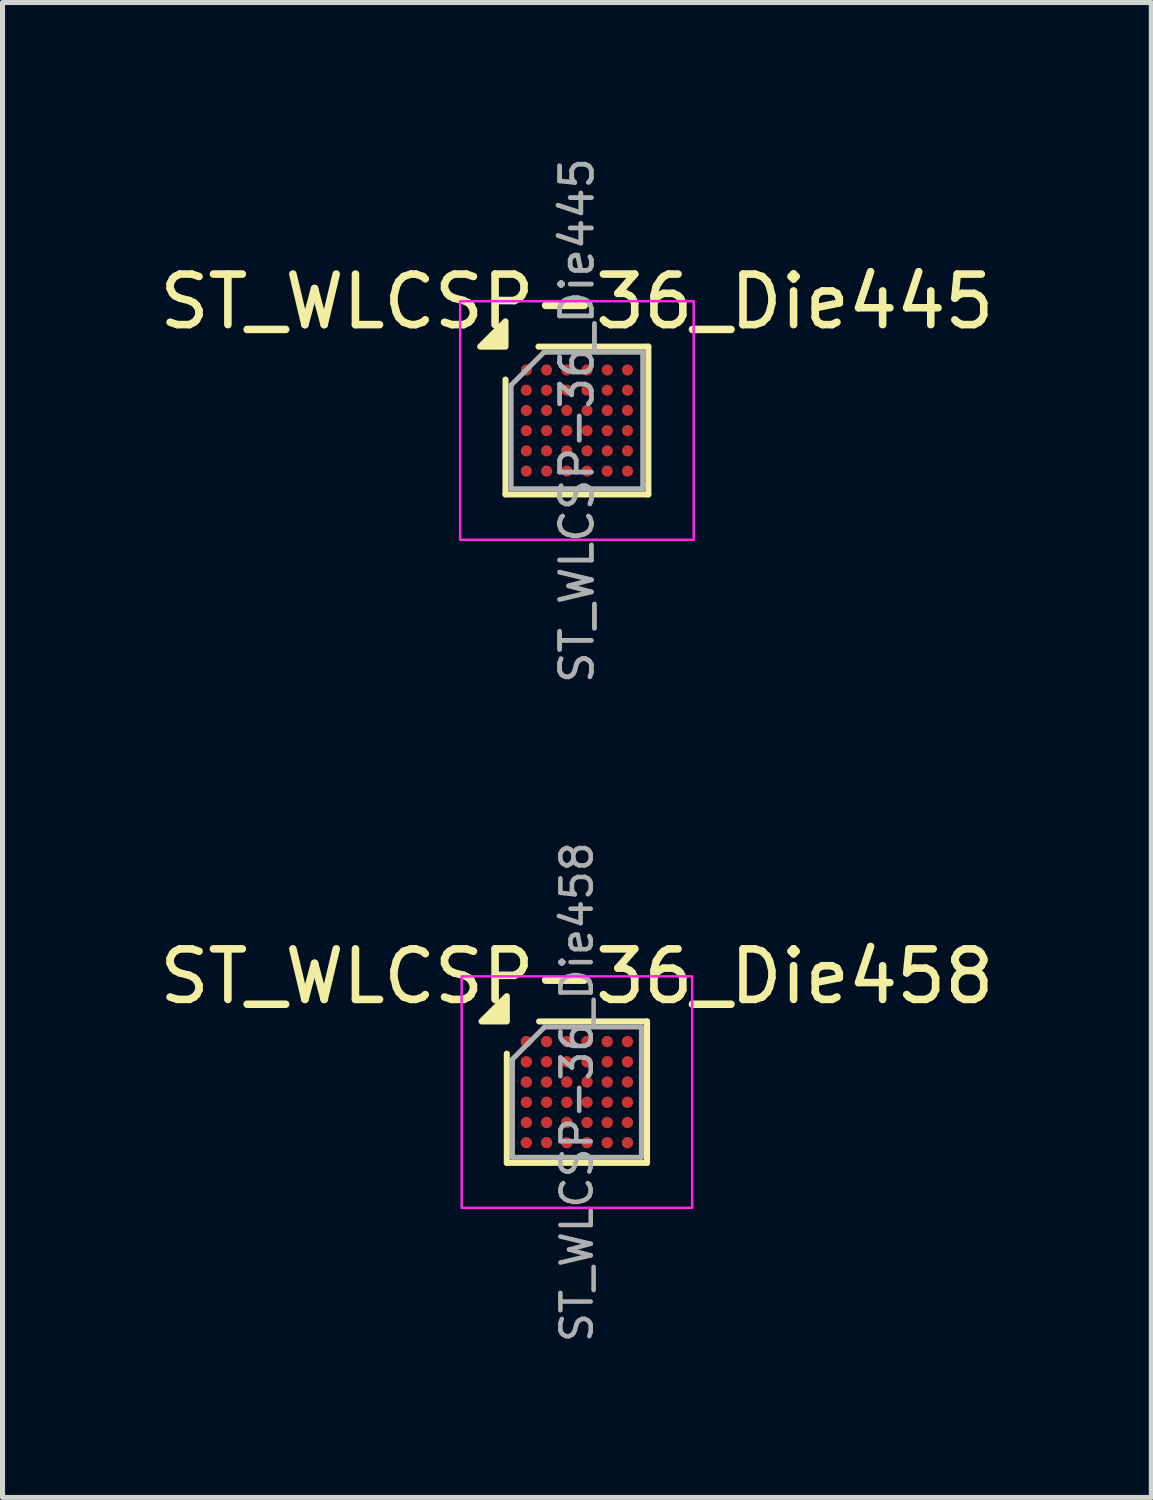
<source format=kicad_pcb>
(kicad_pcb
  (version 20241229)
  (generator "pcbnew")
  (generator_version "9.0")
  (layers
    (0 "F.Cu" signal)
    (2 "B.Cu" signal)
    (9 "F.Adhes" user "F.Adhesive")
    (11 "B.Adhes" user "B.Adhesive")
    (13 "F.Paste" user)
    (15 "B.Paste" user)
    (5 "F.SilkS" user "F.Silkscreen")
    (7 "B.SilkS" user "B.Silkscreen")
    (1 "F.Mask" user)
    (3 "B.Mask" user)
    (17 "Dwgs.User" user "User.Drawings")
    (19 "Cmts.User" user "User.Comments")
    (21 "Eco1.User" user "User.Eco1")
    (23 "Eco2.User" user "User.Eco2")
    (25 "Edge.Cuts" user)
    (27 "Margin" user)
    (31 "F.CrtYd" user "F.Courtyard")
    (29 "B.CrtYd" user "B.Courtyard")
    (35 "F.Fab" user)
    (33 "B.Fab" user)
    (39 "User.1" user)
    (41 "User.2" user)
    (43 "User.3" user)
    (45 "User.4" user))
  (footprint "ST_WLCSP-36_Die458"
    (layer "F.Cu")
    (at 8.363 18.555)
    (property "Reference" "ST_WLCSP-36_Die458" (at 0 -2.289 0) (layer "F.SilkS") (effects (font (size 1 1) (thickness 0.15))))
    (attr smd)
    (fp_line (start -1.387 1.399) (end -1.387 -0.761) (stroke (width 0.12) (type solid)) (layer "F.SilkS"))
    (fp_line (start -0.748 -1.399) (end 1.387 -1.399) (stroke (width 0.12) (type solid)) (layer "F.SilkS"))
    (fp_line (start 1.387 -1.399) (end 1.387 1.399) (stroke (width 0.12) (type solid)) (layer "F.SilkS"))
    (fp_line (start 1.387 1.399) (end -1.387 1.399) (stroke (width 0.12) (type solid)) (layer "F.SilkS"))
    (fp_poly (pts (xy -1.387 -1.399) (xy -1.887 -1.399) (xy -1.387 -1.899)) (stroke (width 0.12) (type solid)) (fill yes) (layer "F.SilkS"))
    (fp_rect (start -2.28 -2.29) (end 2.28 2.29) (stroke (width 0.05) (type solid)) (fill no) (layer "F.CrtYd"))
    (fp_line (start -1.276 -0.651) (end -0.638 -1.29) (stroke (width 0.1) (type solid)) (layer "F.Fab"))
    (fp_line (start -1.276 1.29) (end -1.276 -0.651) (stroke (width 0.1) (type solid)) (layer "F.Fab"))
    (fp_line (start -0.638 -1.29) (end 1.276 -1.29) (stroke (width 0.1) (type solid)) (layer "F.Fab"))
    (fp_line (start 1.276 -1.29) (end 1.276 1.29) (stroke (width 0.1) (type solid)) (layer "F.Fab"))
    (fp_line (start 1.276 1.29) (end -1.276 1.29) (stroke (width 0.1) (type solid)) (layer "F.Fab"))
    (fp_text user "${REFERENCE}" (at 0 0 270) (layer "F.Fab") (effects (font (size 0.6 0.6) (thickness 0.09))))
    (pad "A1" smd circle (at -1 -1) (size 0.225 0.225) (property pad_prop_bga) (layers "F.Cu" "F.Mask" "F.Paste"))
    (pad "A2" smd circle (at -0.6 -1) (size 0.225 0.225) (property pad_prop_bga) (layers "F.Cu" "F.Mask" "F.Paste"))
    (pad "A3" smd circle (at -0.2 -1) (size 0.225 0.225) (property pad_prop_bga) (layers "F.Cu" "F.Mask" "F.Paste"))
    (pad "A4" smd circle (at 0.2 -1) (size 0.225 0.225) (property pad_prop_bga) (layers "F.Cu" "F.Mask" "F.Paste"))
    (pad "A5" smd circle (at 0.6 -1) (size 0.225 0.225) (property pad_prop_bga) (layers "F.Cu" "F.Mask" "F.Paste"))
    (pad "A6" smd circle (at 1 -1) (size 0.225 0.225) (property pad_prop_bga) (layers "F.Cu" "F.Mask" "F.Paste"))
    (pad "B1" smd circle (at -1 -0.6) (size 0.225 0.225) (property pad_prop_bga) (layers "F.Cu" "F.Mask" "F.Paste"))
    (pad "B2" smd circle (at -0.6 -0.6) (size 0.225 0.225) (property pad_prop_bga) (layers "F.Cu" "F.Mask" "F.Paste"))
    (pad "B3" smd circle (at -0.2 -0.6) (size 0.225 0.225) (property pad_prop_bga) (layers "F.Cu" "F.Mask" "F.Paste"))
    (pad "B4" smd circle (at 0.2 -0.6) (size 0.225 0.225) (property pad_prop_bga) (layers "F.Cu" "F.Mask" "F.Paste"))
    (pad "B5" smd circle (at 0.6 -0.6) (size 0.225 0.225) (property pad_prop_bga) (layers "F.Cu" "F.Mask" "F.Paste"))
    (pad "B6" smd circle (at 1 -0.6) (size 0.225 0.225) (property pad_prop_bga) (layers "F.Cu" "F.Mask" "F.Paste"))
    (pad "C1" smd circle (at -1 -0.2) (size 0.225 0.225) (property pad_prop_bga) (layers "F.Cu" "F.Mask" "F.Paste"))
    (pad "C2" smd circle (at -0.6 -0.2) (size 0.225 0.225) (property pad_prop_bga) (layers "F.Cu" "F.Mask" "F.Paste"))
    (pad "C3" smd circle (at -0.2 -0.2) (size 0.225 0.225) (property pad_prop_bga) (layers "F.Cu" "F.Mask" "F.Paste"))
    (pad "C4" smd circle (at 0.2 -0.2) (size 0.225 0.225) (property pad_prop_bga) (layers "F.Cu" "F.Mask" "F.Paste"))
    (pad "C5" smd circle (at 0.6 -0.2) (size 0.225 0.225) (property pad_prop_bga) (layers "F.Cu" "F.Mask" "F.Paste"))
    (pad "C6" smd circle (at 1 -0.2) (size 0.225 0.225) (property pad_prop_bga) (layers "F.Cu" "F.Mask" "F.Paste"))
    (pad "D1" smd circle (at -1 0.2) (size 0.225 0.225) (property pad_prop_bga) (layers "F.Cu" "F.Mask" "F.Paste"))
    (pad "D2" smd circle (at -0.6 0.2) (size 0.225 0.225) (property pad_prop_bga) (layers "F.Cu" "F.Mask" "F.Paste"))
    (pad "D3" smd circle (at -0.2 0.2) (size 0.225 0.225) (property pad_prop_bga) (layers "F.Cu" "F.Mask" "F.Paste"))
    (pad "D4" smd circle (at 0.2 0.2) (size 0.225 0.225) (property pad_prop_bga) (layers "F.Cu" "F.Mask" "F.Paste"))
    (pad "D5" smd circle (at 0.6 0.2) (size 0.225 0.225) (property pad_prop_bga) (layers "F.Cu" "F.Mask" "F.Paste"))
    (pad "D6" smd circle (at 1 0.2) (size 0.225 0.225) (property pad_prop_bga) (layers "F.Cu" "F.Mask" "F.Paste"))
    (pad "E1" smd circle (at -1 0.6) (size 0.225 0.225) (property pad_prop_bga) (layers "F.Cu" "F.Mask" "F.Paste"))
    (pad "E2" smd circle (at -0.6 0.6) (size 0.225 0.225) (property pad_prop_bga) (layers "F.Cu" "F.Mask" "F.Paste"))
    (pad "E3" smd circle (at -0.2 0.6) (size 0.225 0.225) (property pad_prop_bga) (layers "F.Cu" "F.Mask" "F.Paste"))
    (pad "E4" smd circle (at 0.2 0.6) (size 0.225 0.225) (property pad_prop_bga) (layers "F.Cu" "F.Mask" "F.Paste"))
    (pad "E5" smd circle (at 0.6 0.6) (size 0.225 0.225) (property pad_prop_bga) (layers "F.Cu" "F.Mask" "F.Paste"))
    (pad "E6" smd circle (at 1 0.6) (size 0.225 0.225) (property pad_prop_bga) (layers "F.Cu" "F.Mask" "F.Paste"))
    (pad "F1" smd circle (at -1 1) (size 0.225 0.225) (property pad_prop_bga) (layers "F.Cu" "F.Mask" "F.Paste"))
    (pad "F2" smd circle (at -0.6 1) (size 0.225 0.225) (property pad_prop_bga) (layers "F.Cu" "F.Mask" "F.Paste"))
    (pad "F3" smd circle (at -0.2 1) (size 0.225 0.225) (property pad_prop_bga) (layers "F.Cu" "F.Mask" "F.Paste"))
    (pad "F4" smd circle (at 0.2 1) (size 0.225 0.225) (property pad_prop_bga) (layers "F.Cu" "F.Mask" "F.Paste"))
    (pad "F5" smd circle (at 0.6 1) (size 0.225 0.225) (property pad_prop_bga) (layers "F.Cu" "F.Mask" "F.Paste"))
    (pad "F6" smd circle (at 1 1) (size 0.225 0.225) (property pad_prop_bga) (layers "F.Cu" "F.Mask" "F.Paste")))
  (footprint "ST_WLCSP-36_Die445"
    (layer "F.Cu")
    (at 8.363 5.269)
    (property "Reference" "ST_WLCSP-36_Die445" (at 0 -2.352 0) (layer "F.SilkS") (effects (font (size 1 1) (thickness 0.15))))
    (attr smd)
    (fp_line (start -1.413 1.462) (end -1.413 -0.81) (stroke (width 0.12) (type solid)) (layer "F.SilkS"))
    (fp_line (start -0.761 -1.462) (end 1.413 -1.462) (stroke (width 0.12) (type solid)) (layer "F.SilkS"))
    (fp_line (start 1.413 -1.462) (end 1.413 1.462) (stroke (width 0.12) (type solid)) (layer "F.SilkS"))
    (fp_line (start 1.413 1.462) (end -1.413 1.462) (stroke (width 0.12) (type solid)) (layer "F.SilkS"))
    (fp_poly (pts (xy -1.413 -1.462) (xy -1.913 -1.462) (xy -1.413 -1.962)) (stroke (width 0.12) (type solid)) (fill yes) (layer "F.SilkS"))
    (fp_rect (start -2.31 -2.36) (end 2.31 2.36) (stroke (width 0.05) (type solid)) (fill no) (layer "F.CrtYd"))
    (fp_line (start -1.302 -0.7) (end -0.651 -1.351) (stroke (width 0.1) (type solid)) (layer "F.Fab"))
    (fp_line (start -1.302 1.351) (end -1.302 -0.7) (stroke (width 0.1) (type solid)) (layer "F.Fab"))
    (fp_line (start -0.651 -1.351) (end 1.302 -1.351) (stroke (width 0.1) (type solid)) (layer "F.Fab"))
    (fp_line (start 1.302 -1.351) (end 1.302 1.351) (stroke (width 0.1) (type solid)) (layer "F.Fab"))
    (fp_line (start 1.302 1.351) (end -1.302 1.351) (stroke (width 0.1) (type solid)) (layer "F.Fab"))
    (fp_text user "${REFERENCE}" (at 0 0 270) (layer "F.Fab") (effects (font (size 0.63 0.63) (thickness 0.095))))
    (pad "A1" smd circle (at -1 -1) (size 0.22 0.22) (property pad_prop_bga) (layers "F.Cu" "F.Mask" "F.Paste"))
    (pad "A2" smd circle (at -0.6 -1) (size 0.22 0.22) (property pad_prop_bga) (layers "F.Cu" "F.Mask" "F.Paste"))
    (pad "A3" smd circle (at -0.2 -1) (size 0.22 0.22) (property pad_prop_bga) (layers "F.Cu" "F.Mask" "F.Paste"))
    (pad "A4" smd circle (at 0.2 -1) (size 0.22 0.22) (property pad_prop_bga) (layers "F.Cu" "F.Mask" "F.Paste"))
    (pad "A5" smd circle (at 0.6 -1) (size 0.22 0.22) (property pad_prop_bga) (layers "F.Cu" "F.Mask" "F.Paste"))
    (pad "A6" smd circle (at 1 -1) (size 0.22 0.22) (property pad_prop_bga) (layers "F.Cu" "F.Mask" "F.Paste"))
    (pad "B1" smd circle (at -1 -0.6) (size 0.22 0.22) (property pad_prop_bga) (layers "F.Cu" "F.Mask" "F.Paste"))
    (pad "B2" smd circle (at -0.6 -0.6) (size 0.22 0.22) (property pad_prop_bga) (layers "F.Cu" "F.Mask" "F.Paste"))
    (pad "B3" smd circle (at -0.2 -0.6) (size 0.22 0.22) (property pad_prop_bga) (layers "F.Cu" "F.Mask" "F.Paste"))
    (pad "B4" smd circle (at 0.2 -0.6) (size 0.22 0.22) (property pad_prop_bga) (layers "F.Cu" "F.Mask" "F.Paste"))
    (pad "B5" smd circle (at 0.6 -0.6) (size 0.22 0.22) (property pad_prop_bga) (layers "F.Cu" "F.Mask" "F.Paste"))
    (pad "B6" smd circle (at 1 -0.6) (size 0.22 0.22) (property pad_prop_bga) (layers "F.Cu" "F.Mask" "F.Paste"))
    (pad "C1" smd circle (at -1 -0.2) (size 0.22 0.22) (property pad_prop_bga) (layers "F.Cu" "F.Mask" "F.Paste"))
    (pad "C2" smd circle (at -0.6 -0.2) (size 0.22 0.22) (property pad_prop_bga) (layers "F.Cu" "F.Mask" "F.Paste"))
    (pad "C3" smd circle (at -0.2 -0.2) (size 0.22 0.22) (property pad_prop_bga) (layers "F.Cu" "F.Mask" "F.Paste"))
    (pad "C4" smd circle (at 0.2 -0.2) (size 0.22 0.22) (property pad_prop_bga) (layers "F.Cu" "F.Mask" "F.Paste"))
    (pad "C5" smd circle (at 0.6 -0.2) (size 0.22 0.22) (property pad_prop_bga) (layers "F.Cu" "F.Mask" "F.Paste"))
    (pad "C6" smd circle (at 1 -0.2) (size 0.22 0.22) (property pad_prop_bga) (layers "F.Cu" "F.Mask" "F.Paste"))
    (pad "D1" smd circle (at -1 0.2) (size 0.22 0.22) (property pad_prop_bga) (layers "F.Cu" "F.Mask" "F.Paste"))
    (pad "D2" smd circle (at -0.6 0.2) (size 0.22 0.22) (property pad_prop_bga) (layers "F.Cu" "F.Mask" "F.Paste"))
    (pad "D3" smd circle (at -0.2 0.2) (size 0.22 0.22) (property pad_prop_bga) (layers "F.Cu" "F.Mask" "F.Paste"))
    (pad "D4" smd circle (at 0.2 0.2) (size 0.22 0.22) (property pad_prop_bga) (layers "F.Cu" "F.Mask" "F.Paste"))
    (pad "D5" smd circle (at 0.6 0.2) (size 0.22 0.22) (property pad_prop_bga) (layers "F.Cu" "F.Mask" "F.Paste"))
    (pad "D6" smd circle (at 1 0.2) (size 0.22 0.22) (property pad_prop_bga) (layers "F.Cu" "F.Mask" "F.Paste"))
    (pad "E1" smd circle (at -1 0.6) (size 0.22 0.22) (property pad_prop_bga) (layers "F.Cu" "F.Mask" "F.Paste"))
    (pad "E2" smd circle (at -0.6 0.6) (size 0.22 0.22) (property pad_prop_bga) (layers "F.Cu" "F.Mask" "F.Paste"))
    (pad "E3" smd circle (at -0.2 0.6) (size 0.22 0.22) (property pad_prop_bga) (layers "F.Cu" "F.Mask" "F.Paste"))
    (pad "E4" smd circle (at 0.2 0.6) (size 0.22 0.22) (property pad_prop_bga) (layers "F.Cu" "F.Mask" "F.Paste"))
    (pad "E5" smd circle (at 0.6 0.6) (size 0.22 0.22) (property pad_prop_bga) (layers "F.Cu" "F.Mask" "F.Paste"))
    (pad "E6" smd circle (at 1 0.6) (size 0.22 0.22) (property pad_prop_bga) (layers "F.Cu" "F.Mask" "F.Paste"))
    (pad "F1" smd circle (at -1 1) (size 0.22 0.22) (property pad_prop_bga) (layers "F.Cu" "F.Mask" "F.Paste"))
    (pad "F2" smd circle (at -0.6 1) (size 0.22 0.22) (property pad_prop_bga) (layers "F.Cu" "F.Mask" "F.Paste"))
    (pad "F3" smd circle (at -0.2 1) (size 0.22 0.22) (property pad_prop_bga) (layers "F.Cu" "F.Mask" "F.Paste"))
    (pad "F4" smd circle (at 0.2 1) (size 0.22 0.22) (property pad_prop_bga) (layers "F.Cu" "F.Mask" "F.Paste"))
    (pad "F5" smd circle (at 0.6 1) (size 0.22 0.22) (property pad_prop_bga) (layers "F.Cu" "F.Mask" "F.Paste"))
    (pad "F6" smd circle (at 1 1) (size 0.22 0.22) (property pad_prop_bga) (layers "F.Cu" "F.Mask" "F.Paste")))
  (gr_rect
    (start -3 -3)
    (end 19.726 26.573)
    (stroke (width 0.1) (type default))
    (fill no)
    (layer "Edge.Cuts")))
</source>
